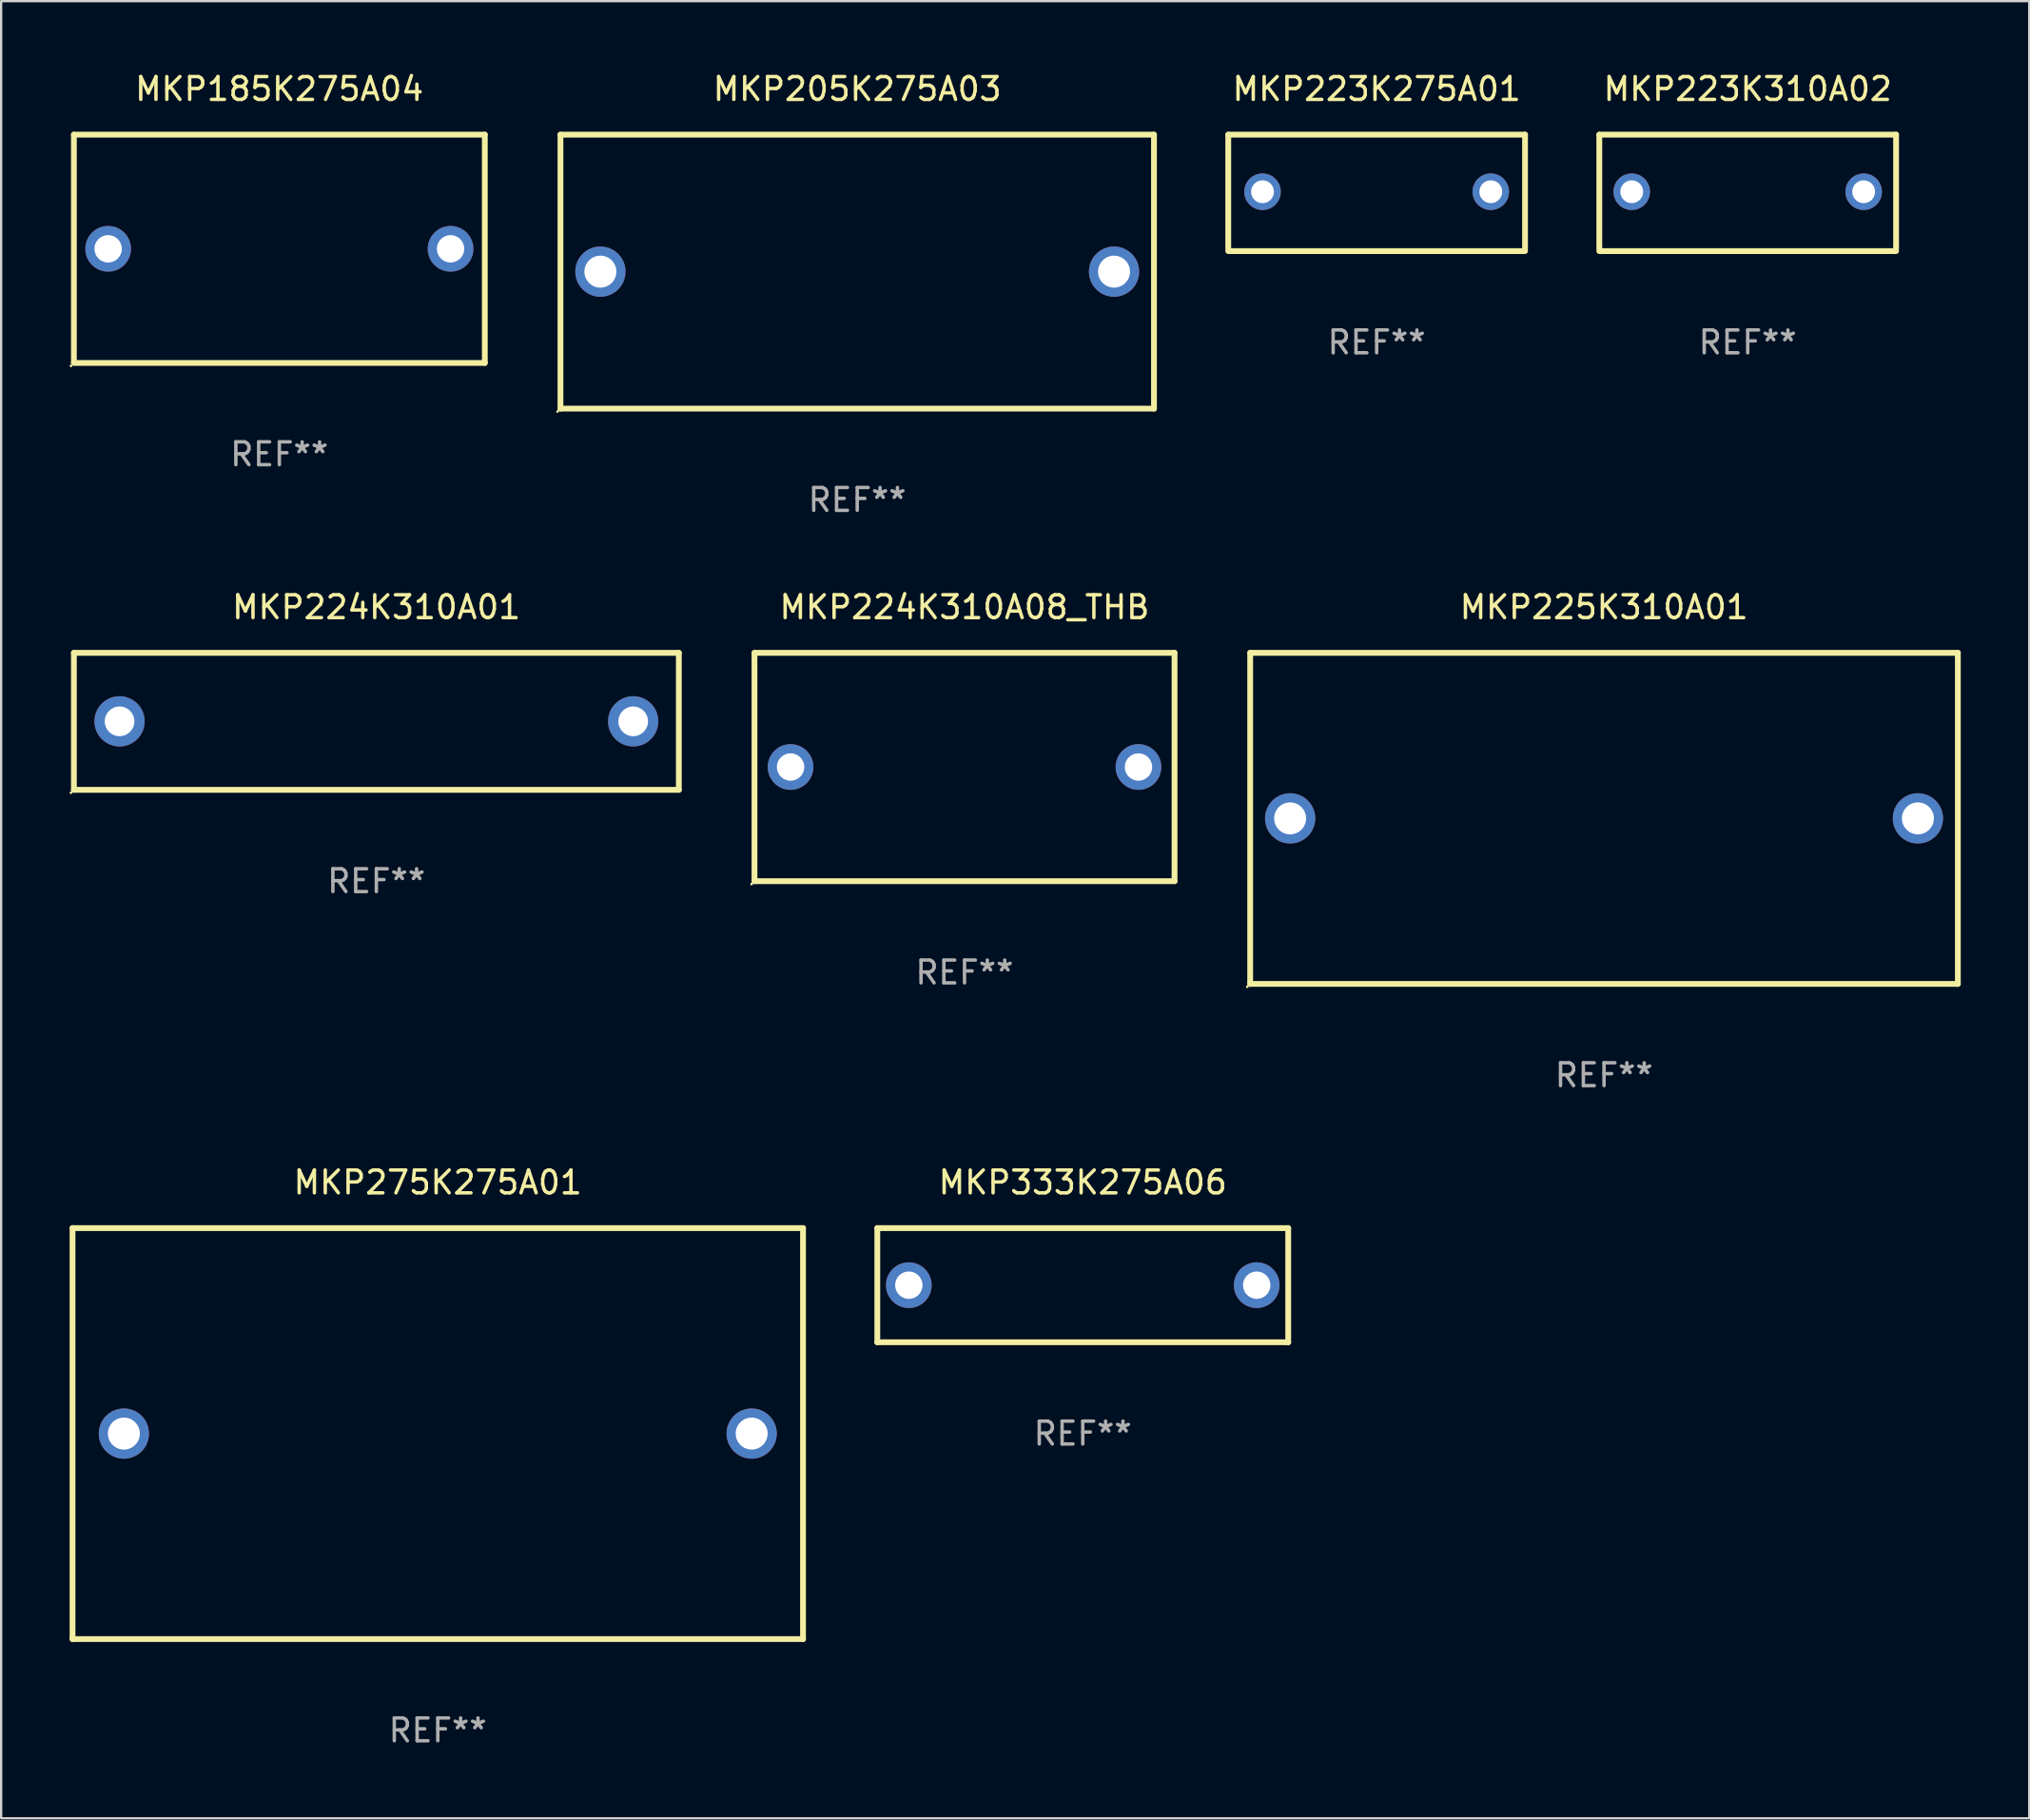
<source format=kicad_pcb>
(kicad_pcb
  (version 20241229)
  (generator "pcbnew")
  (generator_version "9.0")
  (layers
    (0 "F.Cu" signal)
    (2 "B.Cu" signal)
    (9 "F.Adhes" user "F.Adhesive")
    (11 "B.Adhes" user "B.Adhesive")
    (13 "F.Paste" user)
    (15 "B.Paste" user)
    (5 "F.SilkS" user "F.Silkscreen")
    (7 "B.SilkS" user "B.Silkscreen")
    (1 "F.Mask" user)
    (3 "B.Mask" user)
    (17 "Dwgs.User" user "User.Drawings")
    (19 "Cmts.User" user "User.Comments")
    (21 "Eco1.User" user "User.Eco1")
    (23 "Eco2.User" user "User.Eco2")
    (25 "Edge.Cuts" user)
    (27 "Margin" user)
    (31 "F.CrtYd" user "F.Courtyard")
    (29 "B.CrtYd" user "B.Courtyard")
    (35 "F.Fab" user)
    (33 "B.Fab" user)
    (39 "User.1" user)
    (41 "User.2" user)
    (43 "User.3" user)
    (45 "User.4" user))
  (footprint "MKP225K310A01"
    (layer "F.Cu")
    (at 67.215 32.795)
    (property "Reference" "MKP225K310A01" (at 0 -9.25 0) (layer "F.SilkS") (effects (font (size 1 1) (thickness 0.15))))
    (attr through_hole)
    (fp_line (start -15.5 -7.25) (end 15.5 -7.25) (stroke (width 0.254) (type solid)) (layer "F.SilkS"))
    (fp_line (start -15.5 7.25) (end -15.5 -7.25) (stroke (width 0.254) (type solid)) (layer "F.SilkS"))
    (fp_line (start 15.5 -7.25) (end 15.5 7.25) (stroke (width 0.254) (type solid)) (layer "F.SilkS"))
    (fp_line (start 15.5 7.25) (end -15.5 7.25) (stroke (width 0.254) (type solid)) (layer "F.SilkS"))
    (fp_circle (center -15.627 7.377) (end -15.597 7.377) (stroke (width 0.06) (type solid)) (fill no) (layer "F.SilkS"))
    (fp_text user "REF**" (at 0 11.25 0) (layer "F.Fab") (effects (font (size 1 1) (thickness 0.15))))
    (pad "1" thru_hole circle (at -13.75 -0.000013) (size 2.2 2.2) (drill 1.4) (layers "*.Cu" "*.Mask"))
    (pad "2" thru_hole circle (at 13.75 -0.000013) (size 2.2 2.2) (drill 1.4) (layers "*.Cu" "*.Mask")))
  (footprint "MKP224K310A01"
    (layer "F.Cu")
    (at 13.437 28.545)
    (property "Reference" "MKP224K310A01" (at 0 -5 0) (layer "F.SilkS") (effects (font (size 1 1) (thickness 0.15))))
    (attr through_hole)
    (fp_line (start -13.25 -3) (end 13.25 -3) (stroke (width 0.254) (type solid)) (layer "F.SilkS"))
    (fp_line (start -13.25 3) (end -13.25 -3) (stroke (width 0.254) (type solid)) (layer "F.SilkS"))
    (fp_line (start 13.25 -3) (end 13.25 3) (stroke (width 0.254) (type solid)) (layer "F.SilkS"))
    (fp_line (start 13.25 3) (end -13.25 3) (stroke (width 0.254) (type solid)) (layer "F.SilkS"))
    (fp_circle (center -13.377 3.127) (end -13.347 3.127) (stroke (width 0.06) (type solid)) (fill no) (layer "F.SilkS"))
    (fp_text user "REF**" (at 0 7 0) (layer "F.Fab") (effects (font (size 1 1) (thickness 0.15))))
    (pad "1" thru_hole circle (at -11.25 0) (size 2.2 2.2) (drill 1.3) (layers "*.Cu" "*.Mask"))
    (pad "2" thru_hole circle (at 11.25 0) (size 2.2 2.2) (drill 1.3) (layers "*.Cu" "*.Mask")))
  (footprint "MKP205K275A03"
    (layer "F.Cu")
    (at 34.501 8.848)
    (property "Reference" "MKP205K275A03" (at 0 -8 0) (layer "F.SilkS") (effects (font (size 1 1) (thickness 0.15))))
    (attr through_hole)
    (fp_line (start -13 -6) (end 13 -6) (stroke (width 0.254) (type solid)) (layer "F.SilkS"))
    (fp_line (start -13 6) (end -13 -6) (stroke (width 0.254) (type solid)) (layer "F.SilkS"))
    (fp_line (start 13 -6) (end 13 6) (stroke (width 0.254) (type solid)) (layer "F.SilkS"))
    (fp_line (start 13 6) (end -13 6) (stroke (width 0.254) (type solid)) (layer "F.SilkS"))
    (fp_circle (center -13.127 6.127) (end -13.097 6.127) (stroke (width 0.06) (type solid)) (fill no) (layer "F.SilkS"))
    (fp_text user "REF**" (at 0 10 0) (layer "F.Fab") (effects (font (size 1 1) (thickness 0.15))))
    (pad "1" thru_hole circle (at -11.25 0) (size 2.2 2.2) (drill 1.4) (layers "*.Cu" "*.Mask"))
    (pad "2" thru_hole circle (at 11.25 0) (size 2.2 2.2) (drill 1.4) (layers "*.Cu" "*.Mask")))
  (footprint "MKP275K275A01"
    (layer "F.Cu")
    (at 16.127 59.741)
    (property "Reference" "MKP275K275A01" (at 0 -11 0) (layer "F.SilkS") (effects (font (size 1 1) (thickness 0.15))))
    (attr through_hole)
    (fp_line (start -16 -9) (end 16 -9) (stroke (width 0.254) (type solid)) (layer "F.SilkS"))
    (fp_line (start -16 9) (end -16 -9) (stroke (width 0.254) (type solid)) (layer "F.SilkS"))
    (fp_line (start 16 -9) (end 16 9) (stroke (width 0.254) (type solid)) (layer "F.SilkS"))
    (fp_line (start 16 9) (end -16 9) (stroke (width 0.254) (type solid)) (layer "F.SilkS"))
    (fp_circle (center -16 9) (end -15.97 9) (stroke (width 0.06) (type solid)) (fill no) (layer "F.SilkS"))
    (fp_text user "REF**" (at 0 13 0) (layer "F.Fab") (effects (font (size 1 1) (thickness 0.15))))
    (pad "1" thru_hole circle (at -13.75 0) (size 2.2 2.2) (drill 1.4) (layers "*.Cu" "*.Mask"))
    (pad "2" thru_hole circle (at 13.75 0) (size 2.2 2.2) (drill 1.4) (layers "*.Cu" "*.Mask")))
  (footprint "MKP185K275A04"
    (layer "F.Cu")
    (at 9.187 7.848)
    (property "Reference" "MKP185K275A04" (at 0 -7 0) (layer "F.SilkS") (effects (font (size 1 1) (thickness 0.15))))
    (attr through_hole)
    (fp_line (start -9 -5) (end -9 4.98) (stroke (width 0.254) (type solid)) (layer "F.SilkS"))
    (fp_line (start -9 -5) (end 9 -5) (stroke (width 0.254) (type solid)) (layer "F.SilkS"))
    (fp_line (start -9 5) (end 9 5) (stroke (width 0.254) (type solid)) (layer "F.SilkS"))
    (fp_line (start 9 -5) (end 9 5) (stroke (width 0.254) (type solid)) (layer "F.SilkS"))
    (fp_circle (center -9.127 5.127) (end -9.097 5.127) (stroke (width 0.06) (type solid)) (fill no) (layer "F.SilkS"))
    (fp_text user "REF**" (at 0 9 0) (layer "F.Fab") (effects (font (size 1 1) (thickness 0.15))))
    (pad "1" thru_hole circle (at -7.5 0) (size 2 2) (drill 1.2) (layers "*.Cu" "*.Mask"))
    (pad "2" thru_hole circle (at 7.5 0) (size 2 2) (drill 1.2) (layers "*.Cu" "*.Mask")))
  (footprint "MKP223K310A02"
    (layer "F.Cu")
    (at 73.509 5.398)
    (property "Reference" "MKP223K310A02" (at 0 -4.55 0) (layer "F.SilkS") (effects (font (size 1 1) (thickness 0.15))))
    (attr through_hole)
    (fp_line (start -6.5 -2.55) (end 6.5 -2.55) (stroke (width 0.254) (type solid)) (layer "F.SilkS"))
    (fp_line (start -6.5 2.45) (end -6.5 -2.55) (stroke (width 0.254) (type solid)) (layer "F.SilkS"))
    (fp_line (start 6.5 -2.55) (end 6.5 2.45) (stroke (width 0.254) (type solid)) (layer "F.SilkS"))
    (fp_line (start 6.5 2.55) (end -6.5 2.55) (stroke (width 0.254) (type solid)) (layer "F.SilkS"))
    (fp_circle (center -6.5 2.45) (end -6.47 2.45) (stroke (width 0.06) (type solid)) (fill no) (layer "F.SilkS"))
    (fp_text user "REF**" (at 0 6.55 0) (layer "F.Fab") (effects (font (size 1 1) (thickness 0.15))))
    (pad "1" thru_hole circle (at -5.08 -0.05) (size 1.6 1.6) (drill 1) (layers "*.Cu" "*.Mask"))
    (pad "2" thru_hole circle (at 5.08 -0.05) (size 1.6 1.6) (drill 1) (layers "*.Cu" "*.Mask")))
  (footprint "MKP333K275A06"
    (layer "F.Cu")
    (at 44.381 53.241)
    (property "Reference" "MKP333K275A06" (at 0 -4.5 0) (layer "F.SilkS") (effects (font (size 1 1) (thickness 0.15))))
    (attr through_hole)
    (fp_line (start -9 -2.5) (end 9 -2.5) (stroke (width 0.254) (type solid)) (layer "F.SilkS"))
    (fp_line (start -9 2.5) (end -9 -2.5) (stroke (width 0.254) (type solid)) (layer "F.SilkS"))
    (fp_line (start 9 -2.5) (end 9 2.5) (stroke (width 0.254) (type solid)) (layer "F.SilkS"))
    (fp_line (start 9 2.5) (end -9 2.5) (stroke (width 0.254) (type solid)) (layer "F.SilkS"))
    (fp_circle (center -9 2.5) (end -8.97 2.5) (stroke (width 0.06) (type solid)) (fill no) (layer "F.SilkS"))
    (fp_text user "REF**" (at 0 6.5 0) (layer "F.Fab") (effects (font (size 1 1) (thickness 0.15))))
    (pad "1" thru_hole circle (at -7.62 -0.000127) (size 2 2) (drill 1.2) (layers "*.Cu" "*.Mask"))
    (pad "2" thru_hole circle (at 7.62 -0.000127) (size 2 2) (drill 1.2) (layers "*.Cu" "*.Mask")))
  (footprint "MKP224K310A08_THB"
    (layer "F.Cu")
    (at 39.201 30.545)
    (property "Reference" "MKP224K310A08_THB" (at 0 -7 0) (layer "F.SilkS") (effects (font (size 1 1) (thickness 0.15))))
    (attr through_hole)
    (fp_line (start -9.2 -5) (end 9.2 -5) (stroke (width 0.254) (type solid)) (layer "F.SilkS"))
    (fp_line (start -9.2 5) (end -9.2 -5) (stroke (width 0.254) (type solid)) (layer "F.SilkS"))
    (fp_line (start 9.2 -5) (end 9.2 5) (stroke (width 0.254) (type solid)) (layer "F.SilkS"))
    (fp_line (start 9.2 5) (end -9.2 5) (stroke (width 0.254) (type solid)) (layer "F.SilkS"))
    (fp_circle (center -9.327 5.127) (end -9.297 5.127) (stroke (width 0.06) (type solid)) (fill no) (layer "F.SilkS"))
    (fp_text user "REF**" (at 0 9 0) (layer "F.Fab") (effects (font (size 1 1) (thickness 0.15))))
    (pad "1" thru_hole circle (at -7.62 0) (size 2 2) (drill 1.2) (layers "*.Cu" "*.Mask"))
    (pad "2" thru_hole circle (at 7.62 0) (size 2 2) (drill 1.2) (layers "*.Cu" "*.Mask")))
  (footprint "MKP223K275A01"
    (layer "F.Cu")
    (at 57.255 5.398)
    (property "Reference" "MKP223K275A01" (at 0 -4.55 0) (layer "F.SilkS") (effects (font (size 1 1) (thickness 0.15))))
    (attr through_hole)
    (fp_line (start -6.5 -2.55) (end 6.5 -2.55) (stroke (width 0.254) (type solid)) (layer "F.SilkS"))
    (fp_line (start -6.5 2.45) (end -6.5 -2.55) (stroke (width 0.254) (type solid)) (layer "F.SilkS"))
    (fp_line (start 6.5 -2.55) (end 6.5 2.45) (stroke (width 0.254) (type solid)) (layer "F.SilkS"))
    (fp_line (start 6.5 2.55) (end -6.5 2.55) (stroke (width 0.254) (type solid)) (layer "F.SilkS"))
    (fp_circle (center -6.5 2.45) (end -6.47 2.45) (stroke (width 0.06) (type solid)) (fill no) (layer "F.SilkS"))
    (fp_text user "REF**" (at 0 6.55 0) (layer "F.Fab") (effects (font (size 1 1) (thickness 0.15))))
    (pad "1" thru_hole circle (at -5 -0.05) (size 1.6 1.6) (drill 1) (layers "*.Cu" "*.Mask"))
    (pad "2" thru_hole circle (at 5 -0.05) (size 1.6 1.6) (drill 1) (layers "*.Cu" "*.Mask")))
  (gr_rect
    (start -3 -3)
    (end 85.842 76.59)
    (stroke (width 0.1) (type default))
    (fill no)
    (layer "Edge.Cuts")))
</source>
